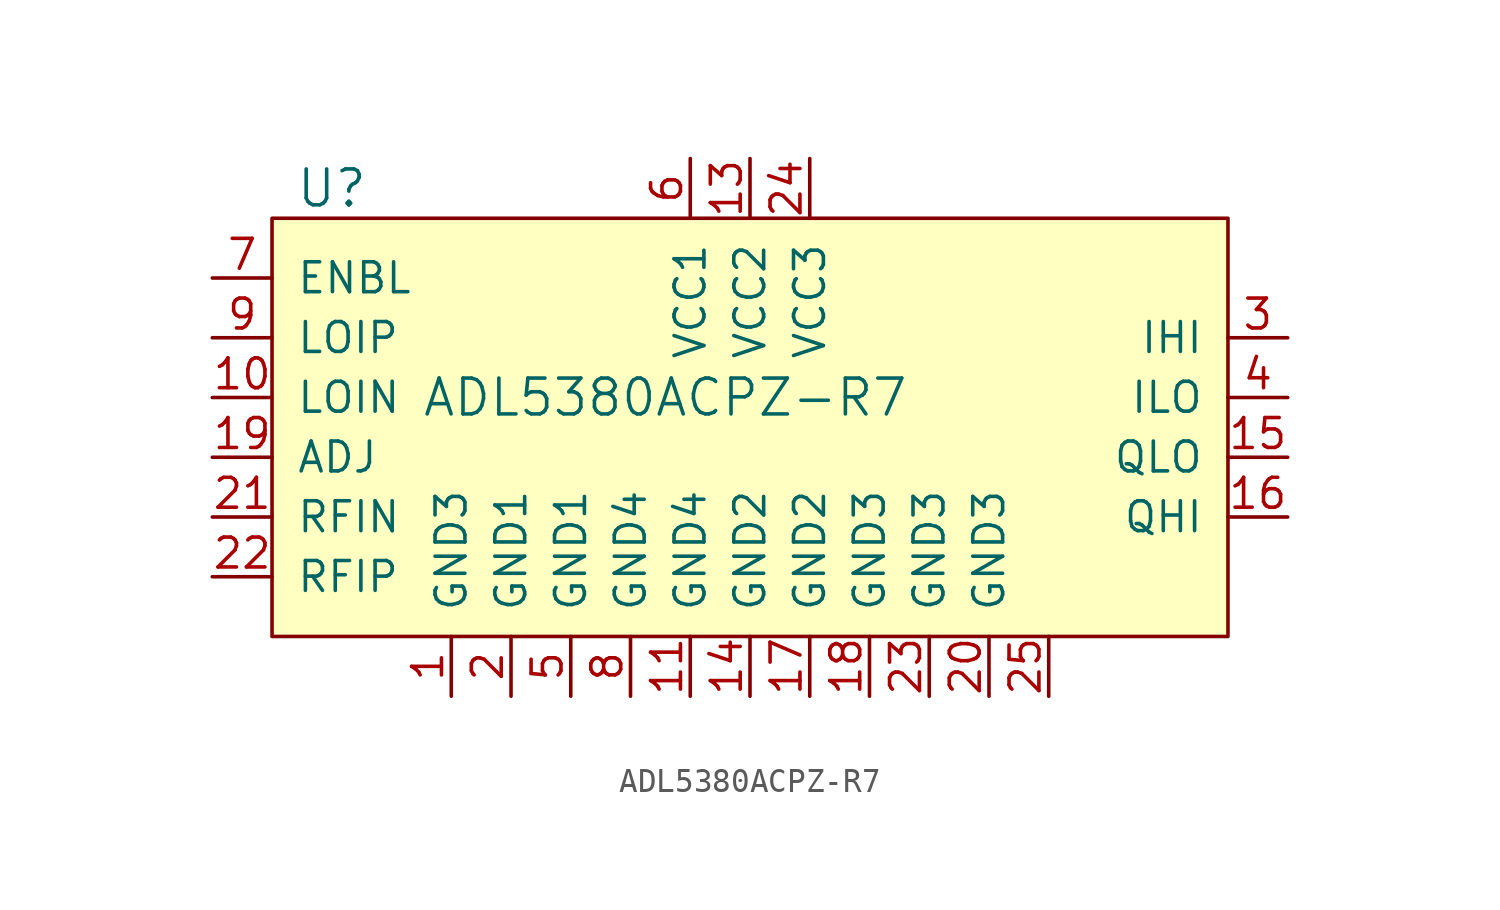
<source format=kicad_sym>
(kicad_symbol_lib
  (version 20220914)
  (generator kicad_symbol_editor)
  (symbol "ADL5380ACPZ-R7"
    (pin_names
      (offset 1.016))
    (property "Reference" "U"
      (at -17.78 8.89 0)
      (effects (font (size 1.524 1.524))))
    (property "Value" "ADL5380ACPZ-R7"
      (at -13.97 0 0)
      (effects (font (size 1.524 1.524)) (justify left)))
    (symbol "ADL5380ACPZ-R7_0_1"
      (rectangle (start -20.32 7.62) (end 20.32 -10.16) (stroke (width 0) (type solid)) (fill (type background))))
    (symbol "ADL5380ACPZ-R7_1_1"
      (pin power_in line (at -12.7 -12.7 90) (length 2.54) (name "GND3" (effects (font (size 1.27 1.27)))) (number "1" (effects (font (size 1.27 1.27)))))
      (pin input line (at -22.86 0 0) (length 2.54) (name "LOIN" (effects (font (size 1.27 1.27)))) (number "10" (effects (font (size 1.27 1.27)))))
      (pin power_in line (at -2.54 -12.7 90) (length 2.54) (name "GND4" (effects (font (size 1.27 1.27)))) (number "11" (effects (font (size 1.27 1.27)))))
      (pin no_connect line (at 5.08 7.62 270) (length 2.54) hide (name "NC" (effects (font (size 1.27 1.27)))) (number "12" (effects (font (size 1.27 1.27)))))
      (pin power_in line (at 0 10.16 270) (length 2.54) (name "VCC2" (effects (font (size 1.27 1.27)))) (number "13" (effects (font (size 1.27 1.27)))))
      (pin power_in line (at 0 -12.7 90) (length 2.54) (name "GND2" (effects (font (size 1.27 1.27)))) (number "14" (effects (font (size 1.27 1.27)))))
      (pin output line (at 22.86 -2.54 180) (length 2.54) (name "QLO" (effects (font (size 1.27 1.27)))) (number "15" (effects (font (size 1.27 1.27)))))
      (pin output line (at 22.86 -5.08 180) (length 2.54) (name "QHI" (effects (font (size 1.27 1.27)))) (number "16" (effects (font (size 1.27 1.27)))))
      (pin power_in line (at 2.54 -12.7 90) (length 2.54) (name "GND2" (effects (font (size 1.27 1.27)))) (number "17" (effects (font (size 1.27 1.27)))))
      (pin power_in line (at 5.08 -12.7 90) (length 2.54) (name "GND3" (effects (font (size 1.27 1.27)))) (number "18" (effects (font (size 1.27 1.27)))))
      (pin input line (at -22.86 -2.54 0) (length 2.54) (name "ADJ" (effects (font (size 1.27 1.27)))) (number "19" (effects (font (size 1.27 1.27)))))
      (pin power_in line (at -10.16 -12.7 90) (length 2.54) (name "GND1" (effects (font (size 1.27 1.27)))) (number "2" (effects (font (size 1.27 1.27)))))
      (pin power_in line (at 10.16 -12.7 90) (length 2.54) (name "GND3" (effects (font (size 1.27 1.27)))) (number "20" (effects (font (size 1.27 1.27)))))
      (pin input line (at -22.86 -5.08 0) (length 2.54) (name "RFIN" (effects (font (size 1.27 1.27)))) (number "21" (effects (font (size 1.27 1.27)))))
      (pin input line (at -22.86 -7.62 0) (length 2.54) (name "RFIP" (effects (font (size 1.27 1.27)))) (number "22" (effects (font (size 1.27 1.27)))))
      (pin power_in line (at 7.62 -12.7 90) (length 2.54) (name "GND3" (effects (font (size 1.27 1.27)))) (number "23" (effects (font (size 1.27 1.27)))))
      (pin power_in line (at 2.54 10.16 270) (length 2.54) (name "VCC3" (effects (font (size 1.27 1.27)))) (number "24" (effects (font (size 1.27 1.27)))))
      (pin unspecified line (at 12.7 -12.7 90) (length 2.54) (name "~" (effects (font (size 1.27 1.27)))) (number "25" (effects (font (size 1.27 1.27)))))
      (pin output line (at 22.86 2.54 180) (length 2.54) (name "IHI" (effects (font (size 1.27 1.27)))) (number "3" (effects (font (size 1.27 1.27)))))
      (pin output line (at 22.86 0 180) (length 2.54) (name "ILO" (effects (font (size 1.27 1.27)))) (number "4" (effects (font (size 1.27 1.27)))))
      (pin power_in line (at -7.62 -12.7 90) (length 2.54) (name "GND1" (effects (font (size 1.27 1.27)))) (number "5" (effects (font (size 1.27 1.27)))))
      (pin power_in line (at -2.54 10.16 270) (length 2.54) (name "VCC1" (effects (font (size 1.27 1.27)))) (number "6" (effects (font (size 1.27 1.27)))))
      (pin input line (at -22.86 5.08 0) (length 2.54) (name "ENBL" (effects (font (size 1.27 1.27)))) (number "7" (effects (font (size 1.27 1.27)))))
      (pin power_in line (at -5.08 -12.7 90) (length 2.54) (name "GND4" (effects (font (size 1.27 1.27)))) (number "8" (effects (font (size 1.27 1.27)))))
      (pin input line (at -22.86 2.54 0) (length 2.54) (name "LOIP" (effects (font (size 1.27 1.27)))) (number "9" (effects (font (size 1.27 1.27))))))))
</source>
